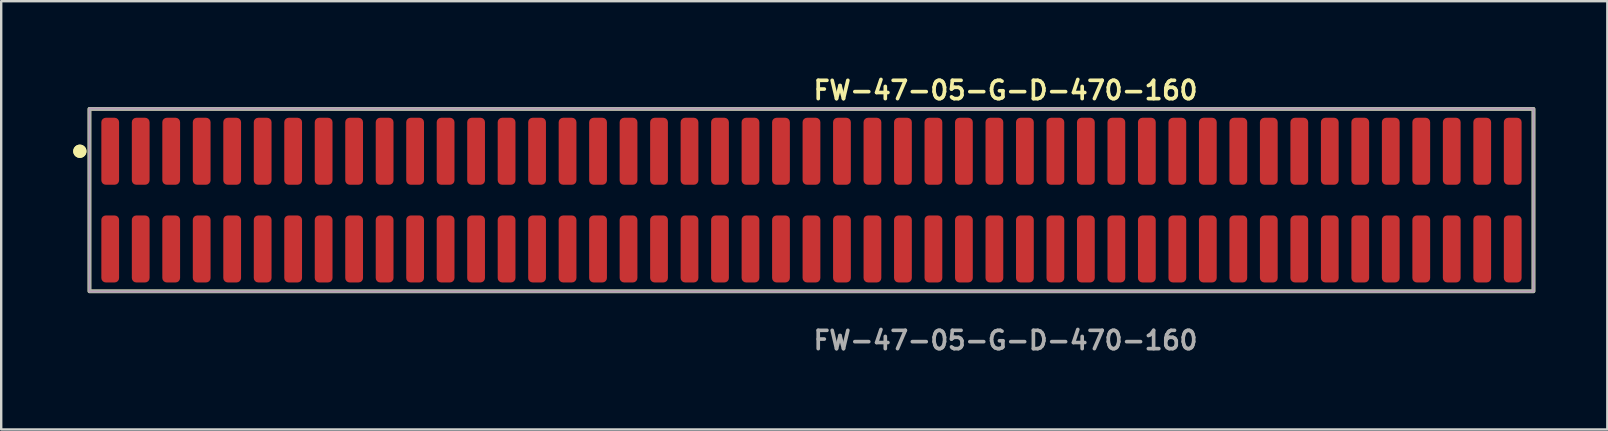
<source format=kicad_pcb>
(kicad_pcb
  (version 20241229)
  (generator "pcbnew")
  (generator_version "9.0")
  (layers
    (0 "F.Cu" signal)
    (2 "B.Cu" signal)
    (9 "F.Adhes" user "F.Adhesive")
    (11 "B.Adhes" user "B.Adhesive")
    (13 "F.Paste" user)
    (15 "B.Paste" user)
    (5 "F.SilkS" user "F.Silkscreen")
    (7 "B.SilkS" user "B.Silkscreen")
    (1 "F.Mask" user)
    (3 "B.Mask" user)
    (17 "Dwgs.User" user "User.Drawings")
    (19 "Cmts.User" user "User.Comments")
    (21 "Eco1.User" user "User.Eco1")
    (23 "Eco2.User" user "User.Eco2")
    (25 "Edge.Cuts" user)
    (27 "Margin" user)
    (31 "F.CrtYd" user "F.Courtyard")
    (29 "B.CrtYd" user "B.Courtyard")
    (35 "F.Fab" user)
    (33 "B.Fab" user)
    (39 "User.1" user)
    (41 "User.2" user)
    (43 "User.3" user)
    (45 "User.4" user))
  (footprint "FW-47-05-G-D-470-160"
    (layer "F.Cu")
    (at 30.751 5.285)
    (property "Reference" "FW-47-05-G-D-470-160" (at 0 -4.572 0) (unlocked yes) (layer "F.SilkS") (effects (font (size 0.762 0.762) (thickness 0.152)) (justify left)))
    (fp_rect (start -30.075 3.8) (end 30.075 -3.8) (stroke (width 0.152) (type solid)) (fill no) (layer "F.SilkS"))
    (fp_circle (center -30.475 -2.035) (end -30.675 -2.035) (stroke (width 0.152) (type solid)) (fill yes) (layer "F.SilkS"))
    (fp_circle (center -30.475 -2.035) (end -30.675 -2.035) (stroke (width 0.152) (type solid)) (fill yes) (layer "F.SilkS"))
    (fp_rect (start -30.075 3.8) (end 30.075 -3.8) (stroke (width 0.006) (type solid)) (fill no) (layer "F.CrtYd"))
    (fp_rect (start -30.075 3.8) (end 30.075 -3.8) (stroke (width 0.152) (type solid)) (fill no) (layer "F.Fab"))
    (fp_text user "${REFERENCE}" (at 0 5.842 0) (unlocked yes) (layer "F.Fab") (effects (font (size 0.762 0.762) (thickness 0.152)) (justify left)))
    (pad "1" smd roundrect (at -29.21 -2.035) (size 0.74 2.79) (layers "F.Cu" "F.Paste") (roundrect_rratio 0.25))
    (pad "2" smd roundrect (at -29.21 2.035) (size 0.74 2.79) (layers "F.Cu" "F.Paste") (roundrect_rratio 0.25))
    (pad "3" smd roundrect (at -27.94 -2.035) (size 0.74 2.79) (layers "F.Cu" "F.Paste") (roundrect_rratio 0.25))
    (pad "4" smd roundrect (at -27.94 2.035) (size 0.74 2.79) (layers "F.Cu" "F.Paste") (roundrect_rratio 0.25))
    (pad "5" smd roundrect (at -26.67 -2.035) (size 0.74 2.79) (layers "F.Cu" "F.Paste") (roundrect_rratio 0.25))
    (pad "6" smd roundrect (at -26.67 2.035) (size 0.74 2.79) (layers "F.Cu" "F.Paste") (roundrect_rratio 0.25))
    (pad "7" smd roundrect (at -25.4 -2.035) (size 0.74 2.79) (layers "F.Cu" "F.Paste") (roundrect_rratio 0.25))
    (pad "8" smd roundrect (at -25.4 2.035) (size 0.74 2.79) (layers "F.Cu" "F.Paste") (roundrect_rratio 0.25))
    (pad "9" smd roundrect (at -24.13 -2.035) (size 0.74 2.79) (layers "F.Cu" "F.Paste") (roundrect_rratio 0.25))
    (pad "10" smd roundrect (at -24.13 2.035) (size 0.74 2.79) (layers "F.Cu" "F.Paste") (roundrect_rratio 0.25))
    (pad "11" smd roundrect (at -22.86 -2.035) (size 0.74 2.79) (layers "F.Cu" "F.Paste") (roundrect_rratio 0.25))
    (pad "12" smd roundrect (at -22.86 2.035) (size 0.74 2.79) (layers "F.Cu" "F.Paste") (roundrect_rratio 0.25))
    (pad "13" smd roundrect (at -21.59 -2.035) (size 0.74 2.79) (layers "F.Cu" "F.Paste") (roundrect_rratio 0.25))
    (pad "14" smd roundrect (at -21.59 2.035) (size 0.74 2.79) (layers "F.Cu" "F.Paste") (roundrect_rratio 0.25))
    (pad "15" smd roundrect (at -20.32 -2.035) (size 0.74 2.79) (layers "F.Cu" "F.Paste") (roundrect_rratio 0.25))
    (pad "16" smd roundrect (at -20.32 2.035) (size 0.74 2.79) (layers "F.Cu" "F.Paste") (roundrect_rratio 0.25))
    (pad "17" smd roundrect (at -19.05 -2.035) (size 0.74 2.79) (layers "F.Cu" "F.Paste") (roundrect_rratio 0.25))
    (pad "18" smd roundrect (at -19.05 2.035) (size 0.74 2.79) (layers "F.Cu" "F.Paste") (roundrect_rratio 0.25))
    (pad "19" smd roundrect (at -17.78 -2.035) (size 0.74 2.79) (layers "F.Cu" "F.Paste") (roundrect_rratio 0.25))
    (pad "20" smd roundrect (at -17.78 2.035) (size 0.74 2.79) (layers "F.Cu" "F.Paste") (roundrect_rratio 0.25))
    (pad "21" smd roundrect (at -16.51 -2.035) (size 0.74 2.79) (layers "F.Cu" "F.Paste") (roundrect_rratio 0.25))
    (pad "22" smd roundrect (at -16.51 2.035) (size 0.74 2.79) (layers "F.Cu" "F.Paste") (roundrect_rratio 0.25))
    (pad "23" smd roundrect (at -15.24 -2.035) (size 0.74 2.79) (layers "F.Cu" "F.Paste") (roundrect_rratio 0.25))
    (pad "24" smd roundrect (at -15.24 2.035) (size 0.74 2.79) (layers "F.Cu" "F.Paste") (roundrect_rratio 0.25))
    (pad "25" smd roundrect (at -13.97 -2.035) (size 0.74 2.79) (layers "F.Cu" "F.Paste") (roundrect_rratio 0.25))
    (pad "26" smd roundrect (at -13.97 2.035) (size 0.74 2.79) (layers "F.Cu" "F.Paste") (roundrect_rratio 0.25))
    (pad "27" smd roundrect (at -12.7 -2.035) (size 0.74 2.79) (layers "F.Cu" "F.Paste") (roundrect_rratio 0.25))
    (pad "28" smd roundrect (at -12.7 2.035) (size 0.74 2.79) (layers "F.Cu" "F.Paste") (roundrect_rratio 0.25))
    (pad "29" smd roundrect (at -11.43 -2.035) (size 0.74 2.79) (layers "F.Cu" "F.Paste") (roundrect_rratio 0.25))
    (pad "30" smd roundrect (at -11.43 2.035) (size 0.74 2.79) (layers "F.Cu" "F.Paste") (roundrect_rratio 0.25))
    (pad "31" smd roundrect (at -10.16 -2.035) (size 0.74 2.79) (layers "F.Cu" "F.Paste") (roundrect_rratio 0.25))
    (pad "32" smd roundrect (at -10.16 2.035) (size 0.74 2.79) (layers "F.Cu" "F.Paste") (roundrect_rratio 0.25))
    (pad "33" smd roundrect (at -8.89 -2.035) (size 0.74 2.79) (layers "F.Cu" "F.Paste") (roundrect_rratio 0.25))
    (pad "34" smd roundrect (at -8.89 2.035) (size 0.74 2.79) (layers "F.Cu" "F.Paste") (roundrect_rratio 0.25))
    (pad "35" smd roundrect (at -7.62 -2.035) (size 0.74 2.79) (layers "F.Cu" "F.Paste") (roundrect_rratio 0.25))
    (pad "36" smd roundrect (at -7.62 2.035) (size 0.74 2.79) (layers "F.Cu" "F.Paste") (roundrect_rratio 0.25))
    (pad "37" smd roundrect (at -6.35 -2.035) (size 0.74 2.79) (layers "F.Cu" "F.Paste") (roundrect_rratio 0.25))
    (pad "38" smd roundrect (at -6.35 2.035) (size 0.74 2.79) (layers "F.Cu" "F.Paste") (roundrect_rratio 0.25))
    (pad "39" smd roundrect (at -5.08 -2.035) (size 0.74 2.79) (layers "F.Cu" "F.Paste") (roundrect_rratio 0.25))
    (pad "40" smd roundrect (at -5.08 2.035) (size 0.74 2.79) (layers "F.Cu" "F.Paste") (roundrect_rratio 0.25))
    (pad "41" smd roundrect (at -3.81 -2.035) (size 0.74 2.79) (layers "F.Cu" "F.Paste") (roundrect_rratio 0.25))
    (pad "42" smd roundrect (at -3.81 2.035) (size 0.74 2.79) (layers "F.Cu" "F.Paste") (roundrect_rratio 0.25))
    (pad "43" smd roundrect (at -2.54 -2.035) (size 0.74 2.79) (layers "F.Cu" "F.Paste") (roundrect_rratio 0.25))
    (pad "44" smd roundrect (at -2.54 2.035) (size 0.74 2.79) (layers "F.Cu" "F.Paste") (roundrect_rratio 0.25))
    (pad "45" smd roundrect (at -1.27 -2.035) (size 0.74 2.79) (layers "F.Cu" "F.Paste") (roundrect_rratio 0.25))
    (pad "46" smd roundrect (at -1.27 2.035) (size 0.74 2.79) (layers "F.Cu" "F.Paste") (roundrect_rratio 0.25))
    (pad "47" smd roundrect (at 0 -2.035) (size 0.74 2.79) (layers "F.Cu" "F.Paste") (roundrect_rratio 0.25))
    (pad "48" smd roundrect (at 0 2.035) (size 0.74 2.79) (layers "F.Cu" "F.Paste") (roundrect_rratio 0.25))
    (pad "49" smd roundrect (at 1.27 -2.035) (size 0.74 2.79) (layers "F.Cu" "F.Paste") (roundrect_rratio 0.25))
    (pad "50" smd roundrect (at 1.27 2.035) (size 0.74 2.79) (layers "F.Cu" "F.Paste") (roundrect_rratio 0.25))
    (pad "51" smd roundrect (at 2.54 -2.035) (size 0.74 2.79) (layers "F.Cu" "F.Paste") (roundrect_rratio 0.25))
    (pad "52" smd roundrect (at 2.54 2.035) (size 0.74 2.79) (layers "F.Cu" "F.Paste") (roundrect_rratio 0.25))
    (pad "53" smd roundrect (at 3.81 -2.035) (size 0.74 2.79) (layers "F.Cu" "F.Paste") (roundrect_rratio 0.25))
    (pad "54" smd roundrect (at 3.81 2.035) (size 0.74 2.79) (layers "F.Cu" "F.Paste") (roundrect_rratio 0.25))
    (pad "55" smd roundrect (at 5.08 -2.035) (size 0.74 2.79) (layers "F.Cu" "F.Paste") (roundrect_rratio 0.25))
    (pad "56" smd roundrect (at 5.08 2.035) (size 0.74 2.79) (layers "F.Cu" "F.Paste") (roundrect_rratio 0.25))
    (pad "57" smd roundrect (at 6.35 -2.035) (size 0.74 2.79) (layers "F.Cu" "F.Paste") (roundrect_rratio 0.25))
    (pad "58" smd roundrect (at 6.35 2.035) (size 0.74 2.79) (layers "F.Cu" "F.Paste") (roundrect_rratio 0.25))
    (pad "59" smd roundrect (at 7.62 -2.035) (size 0.74 2.79) (layers "F.Cu" "F.Paste") (roundrect_rratio 0.25))
    (pad "60" smd roundrect (at 7.62 2.035) (size 0.74 2.79) (layers "F.Cu" "F.Paste") (roundrect_rratio 0.25))
    (pad "61" smd roundrect (at 8.89 -2.035) (size 0.74 2.79) (layers "F.Cu" "F.Paste") (roundrect_rratio 0.25))
    (pad "62" smd roundrect (at 8.89 2.035) (size 0.74 2.79) (layers "F.Cu" "F.Paste") (roundrect_rratio 0.25))
    (pad "63" smd roundrect (at 10.16 -2.035) (size 0.74 2.79) (layers "F.Cu" "F.Paste") (roundrect_rratio 0.25))
    (pad "64" smd roundrect (at 10.16 2.035) (size 0.74 2.79) (layers "F.Cu" "F.Paste") (roundrect_rratio 0.25))
    (pad "65" smd roundrect (at 11.43 -2.035) (size 0.74 2.79) (layers "F.Cu" "F.Paste") (roundrect_rratio 0.25))
    (pad "66" smd roundrect (at 11.43 2.035) (size 0.74 2.79) (layers "F.Cu" "F.Paste") (roundrect_rratio 0.25))
    (pad "67" smd roundrect (at 12.7 -2.035) (size 0.74 2.79) (layers "F.Cu" "F.Paste") (roundrect_rratio 0.25))
    (pad "68" smd roundrect (at 12.7 2.035) (size 0.74 2.79) (layers "F.Cu" "F.Paste") (roundrect_rratio 0.25))
    (pad "69" smd roundrect (at 13.97 -2.035) (size 0.74 2.79) (layers "F.Cu" "F.Paste") (roundrect_rratio 0.25))
    (pad "70" smd roundrect (at 13.97 2.035) (size 0.74 2.79) (layers "F.Cu" "F.Paste") (roundrect_rratio 0.25))
    (pad "71" smd roundrect (at 15.24 -2.035) (size 0.74 2.79) (layers "F.Cu" "F.Paste") (roundrect_rratio 0.25))
    (pad "72" smd roundrect (at 15.24 2.035) (size 0.74 2.79) (layers "F.Cu" "F.Paste") (roundrect_rratio 0.25))
    (pad "73" smd roundrect (at 16.51 -2.035) (size 0.74 2.79) (layers "F.Cu" "F.Paste") (roundrect_rratio 0.25))
    (pad "74" smd roundrect (at 16.51 2.035) (size 0.74 2.79) (layers "F.Cu" "F.Paste") (roundrect_rratio 0.25))
    (pad "75" smd roundrect (at 17.78 -2.035) (size 0.74 2.79) (layers "F.Cu" "F.Paste") (roundrect_rratio 0.25))
    (pad "76" smd roundrect (at 17.78 2.035) (size 0.74 2.79) (layers "F.Cu" "F.Paste") (roundrect_rratio 0.25))
    (pad "77" smd roundrect (at 19.05 -2.035) (size 0.74 2.79) (layers "F.Cu" "F.Paste") (roundrect_rratio 0.25))
    (pad "78" smd roundrect (at 19.05 2.035) (size 0.74 2.79) (layers "F.Cu" "F.Paste") (roundrect_rratio 0.25))
    (pad "79" smd roundrect (at 20.32 -2.035) (size 0.74 2.79) (layers "F.Cu" "F.Paste") (roundrect_rratio 0.25))
    (pad "80" smd roundrect (at 20.32 2.035) (size 0.74 2.79) (layers "F.Cu" "F.Paste") (roundrect_rratio 0.25))
    (pad "81" smd roundrect (at 21.59 -2.035) (size 0.74 2.79) (layers "F.Cu" "F.Paste") (roundrect_rratio 0.25))
    (pad "82" smd roundrect (at 21.59 2.035) (size 0.74 2.79) (layers "F.Cu" "F.Paste") (roundrect_rratio 0.25))
    (pad "83" smd roundrect (at 22.86 -2.035) (size 0.74 2.79) (layers "F.Cu" "F.Paste") (roundrect_rratio 0.25))
    (pad "84" smd roundrect (at 22.86 2.035) (size 0.74 2.79) (layers "F.Cu" "F.Paste") (roundrect_rratio 0.25))
    (pad "85" smd roundrect (at 24.13 -2.035) (size 0.74 2.79) (layers "F.Cu" "F.Paste") (roundrect_rratio 0.25))
    (pad "86" smd roundrect (at 24.13 2.035) (size 0.74 2.79) (layers "F.Cu" "F.Paste") (roundrect_rratio 0.25))
    (pad "87" smd roundrect (at 25.4 -2.035) (size 0.74 2.79) (layers "F.Cu" "F.Paste") (roundrect_rratio 0.25))
    (pad "88" smd roundrect (at 25.4 2.035) (size 0.74 2.79) (layers "F.Cu" "F.Paste") (roundrect_rratio 0.25))
    (pad "89" smd roundrect (at 26.67 -2.035) (size 0.74 2.79) (layers "F.Cu" "F.Paste") (roundrect_rratio 0.25))
    (pad "90" smd roundrect (at 26.67 2.035) (size 0.74 2.79) (layers "F.Cu" "F.Paste") (roundrect_rratio 0.25))
    (pad "91" smd roundrect (at 27.94 -2.035) (size 0.74 2.79) (layers "F.Cu" "F.Paste") (roundrect_rratio 0.25))
    (pad "92" smd roundrect (at 27.94 2.035) (size 0.74 2.79) (layers "F.Cu" "F.Paste") (roundrect_rratio 0.25))
    (pad "93" smd roundrect (at 29.21 -2.035) (size 0.74 2.79) (layers "F.Cu" "F.Paste") (roundrect_rratio 0.25))
    (pad "94" smd roundrect (at 29.21 2.035) (size 0.74 2.79) (layers "F.Cu" "F.Paste") (roundrect_rratio 0.25)))
  (gr_rect
    (start -3 -3)
    (end 63.902 14.84)
    (stroke (width 0.1) (type default))
    (fill no)
    (layer "Edge.Cuts")))
</source>
